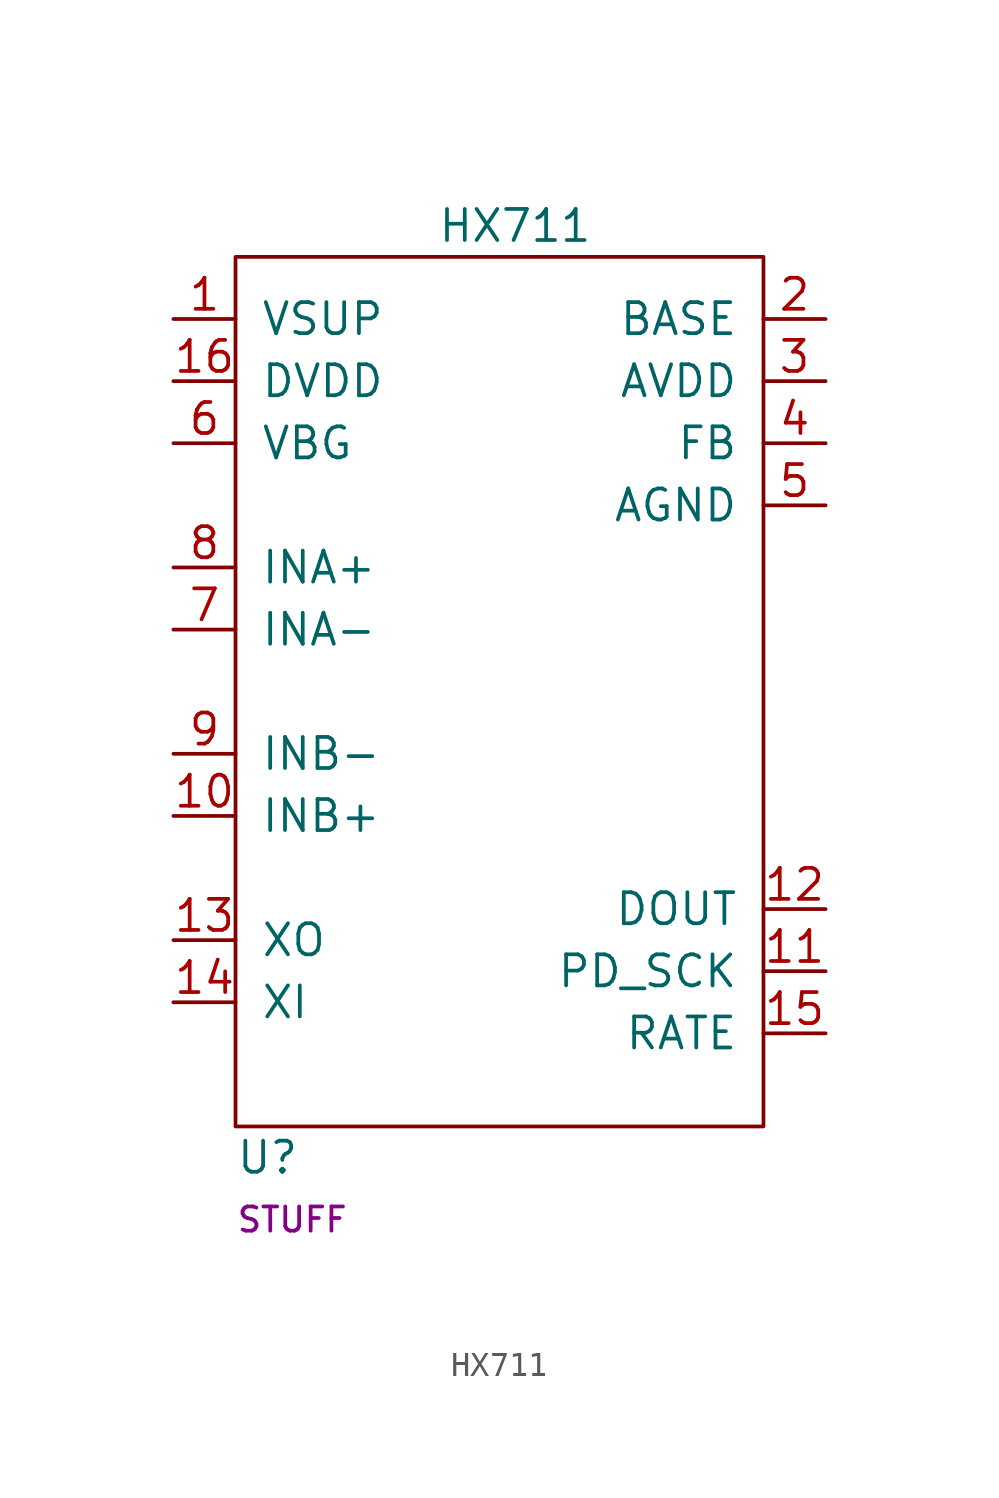
<source format=kicad_sym>
(kicad_symbol_lib
  (version 20231120)
  (generator "kicad_symbol_editor")
  (generator_version "8.0")
  (symbol "HX711"
    (pin_names
      (offset 1.016))
    (property "Reference" "U"
      (at -11.43 -19.05 0)
      (effects (font (size 1.27 1.27)) (justify left)))
    (property "Value" "HX711"
      (at 0 19.05 0)
      (effects (font (size 1.27 1.27))))
    (property "SKU" "STUFF"
      (at -11.43 -21.59 0)
      (effects (font (size 0.991 0.991)) (justify left)))
    (symbol "HX711_0_1"
      (rectangle (start -11.43 17.78) (end 10.16 -17.78) (stroke (width 0) (type default)) (fill (type none))))
    (symbol "HX711_1_1"
      (pin power_in line (at -13.97 15.24 0) (length 2.54) (name "VSUP" (effects (font (size 1.27 1.27)))) (number "1" (effects (font (size 1.27 1.27)))))
      (pin bidirectional line (at -13.97 -5.08 0) (length 2.54) (name "INB+" (effects (font (size 1.27 1.27)))) (number "10" (effects (font (size 1.27 1.27)))))
      (pin input line (at 12.7 -11.43 180) (length 2.54) (name "PD_SCK" (effects (font (size 1.27 1.27)))) (number "11" (effects (font (size 1.27 1.27)))))
      (pin output line (at 12.7 -8.89 180) (length 2.54) (name "DOUT" (effects (font (size 1.27 1.27)))) (number "12" (effects (font (size 1.27 1.27)))))
      (pin bidirectional line (at -13.97 -10.16 0) (length 2.54) (name "XO" (effects (font (size 1.27 1.27)))) (number "13" (effects (font (size 1.27 1.27)))))
      (pin bidirectional line (at -13.97 -12.7 0) (length 2.54) (name "XI" (effects (font (size 1.27 1.27)))) (number "14" (effects (font (size 1.27 1.27)))))
      (pin input line (at 12.7 -13.97 180) (length 2.54) (name "RATE" (effects (font (size 1.27 1.27)))) (number "15" (effects (font (size 1.27 1.27)))))
      (pin power_in line (at -13.97 12.7 0) (length 2.54) (name "DVDD" (effects (font (size 1.27 1.27)))) (number "16" (effects (font (size 1.27 1.27)))))
      (pin bidirectional line (at 12.7 15.24 180) (length 2.54) (name "BASE" (effects (font (size 1.27 1.27)))) (number "2" (effects (font (size 1.27 1.27)))))
      (pin power_in line (at 12.7 12.7 180) (length 2.54) (name "AVDD" (effects (font (size 1.27 1.27)))) (number "3" (effects (font (size 1.27 1.27)))))
      (pin bidirectional line (at 12.7 10.16 180) (length 2.54) (name "FB" (effects (font (size 1.27 1.27)))) (number "4" (effects (font (size 1.27 1.27)))))
      (pin bidirectional line (at 12.7 7.62 180) (length 2.54) (name "AGND" (effects (font (size 1.27 1.27)))) (number "5" (effects (font (size 1.27 1.27)))))
      (pin bidirectional line (at -13.97 10.16 0) (length 2.54) (name "VBG" (effects (font (size 1.27 1.27)))) (number "6" (effects (font (size 1.27 1.27)))))
      (pin bidirectional line (at -13.97 2.54 0) (length 2.54) (name "INA-" (effects (font (size 1.27 1.27)))) (number "7" (effects (font (size 1.27 1.27)))))
      (pin bidirectional line (at -13.97 5.08 0) (length 2.54) (name "INA+" (effects (font (size 1.27 1.27)))) (number "8" (effects (font (size 1.27 1.27)))))
      (pin bidirectional line (at -13.97 -2.54 0) (length 2.54) (name "INB-" (effects (font (size 1.27 1.27)))) (number "9" (effects (font (size 1.27 1.27))))))))
</source>
